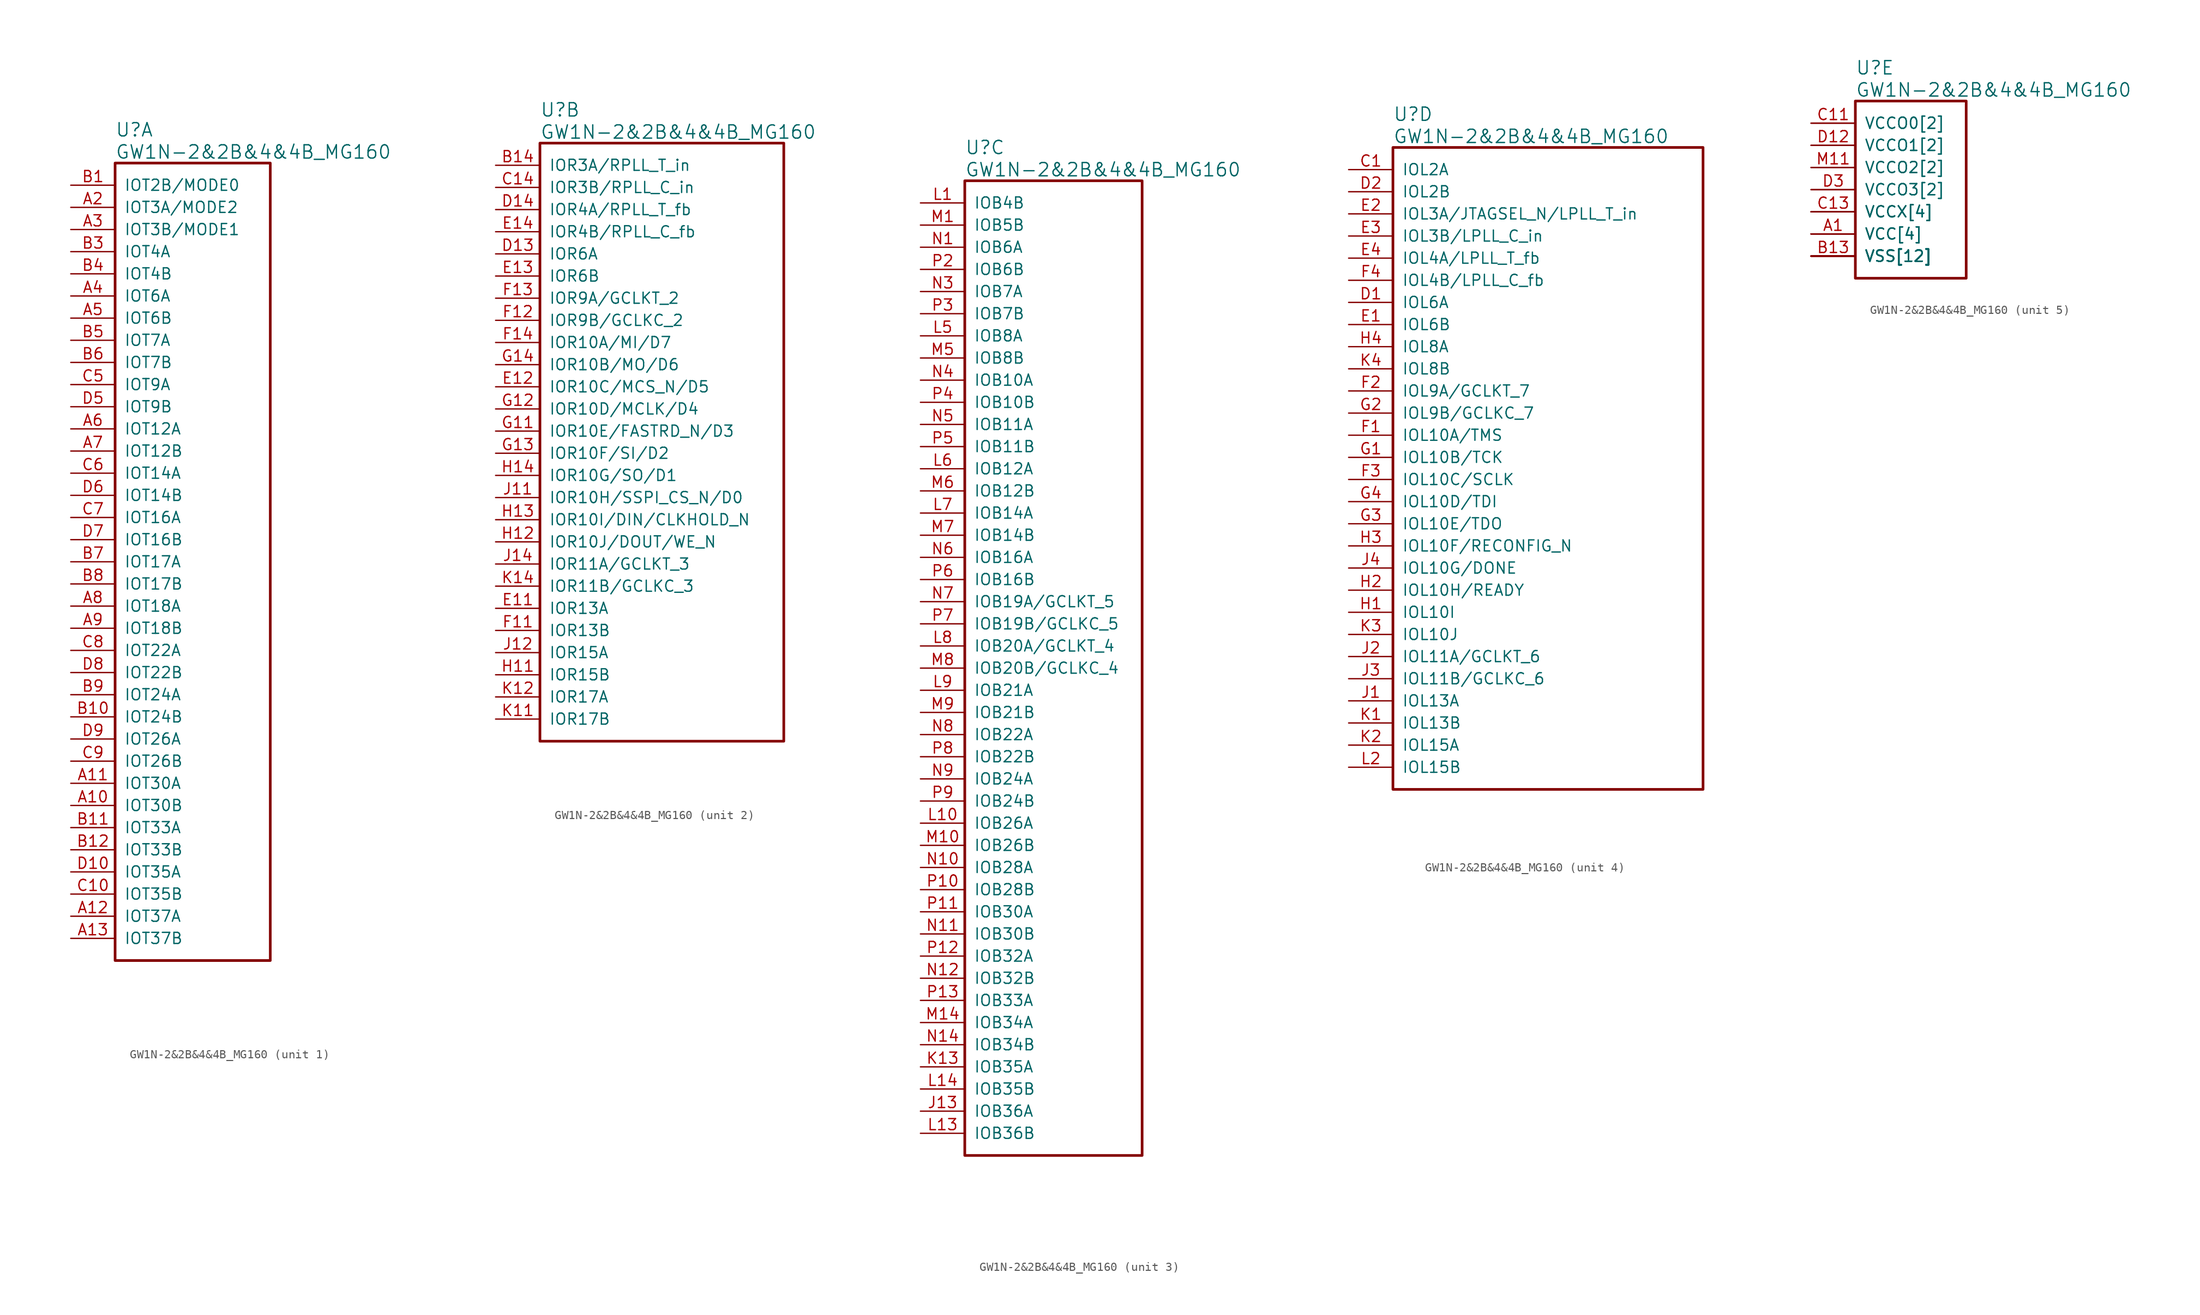
<source format=kicad_sym>
(kicad_symbol_lib
  (version 20211014)
  (generator kicad_symbol_editor)
  (symbol "GW1N-2&2B&4&4B_MG160"
    (pin_names
      (offset 1.016))
    (property "Reference" "U"
      (at 5.08 6.35 0)
      (effects (font (size 1.524 1.524)) (justify left)))
    (property "Value" "GW1N-2&2B&4&4B_MG160"
      (at 5.08 3.81 0)
      (effects (font (size 1.524 1.524)) (justify left)))
    (property "ki_locked" ""
      (at 0 0 0)
      (effects (font (size 1.27 1.27))))
    (symbol "GW1N-2&2B&4&4B_MG160_1_1"
      (rectangle (start 5.08 2.54) (end 22.86 -88.9) (stroke (width 0.305) (type default) (color 0 0 0 0)) (fill (type none)))
      (pin bidirectional line (at 0 -71.12 0) (length 5.08) (name "IOT30B" (effects (font (size 1.27 1.27)))) (number "A10" (effects (font (size 1.27 1.27)))))
      (pin bidirectional line (at 0 -68.58 0) (length 5.08) (name "IOT30A" (effects (font (size 1.27 1.27)))) (number "A11" (effects (font (size 1.27 1.27)))))
      (pin bidirectional line (at 0 -83.82 0) (length 5.08) (name "IOT37A" (effects (font (size 1.27 1.27)))) (number "A12" (effects (font (size 1.27 1.27)))))
      (pin bidirectional line (at 0 -86.36 0) (length 5.08) (name "IOT37B" (effects (font (size 1.27 1.27)))) (number "A13" (effects (font (size 1.27 1.27)))))
      (pin bidirectional line (at 0 -2.54 0) (length 5.08) (name "IOT3A/MODE2" (effects (font (size 1.27 1.27)))) (number "A2" (effects (font (size 1.27 1.27)))))
      (pin bidirectional line (at 0 -5.08 0) (length 5.08) (name "IOT3B/MODE1" (effects (font (size 1.27 1.27)))) (number "A3" (effects (font (size 1.27 1.27)))))
      (pin bidirectional line (at 0 -12.7 0) (length 5.08) (name "IOT6A" (effects (font (size 1.27 1.27)))) (number "A4" (effects (font (size 1.27 1.27)))))
      (pin bidirectional line (at 0 -15.24 0) (length 5.08) (name "IOT6B" (effects (font (size 1.27 1.27)))) (number "A5" (effects (font (size 1.27 1.27)))))
      (pin bidirectional line (at 0 -27.94 0) (length 5.08) (name "IOT12A" (effects (font (size 1.27 1.27)))) (number "A6" (effects (font (size 1.27 1.27)))))
      (pin bidirectional line (at 0 -30.48 0) (length 5.08) (name "IOT12B" (effects (font (size 1.27 1.27)))) (number "A7" (effects (font (size 1.27 1.27)))))
      (pin bidirectional line (at 0 -48.26 0) (length 5.08) (name "IOT18A" (effects (font (size 1.27 1.27)))) (number "A8" (effects (font (size 1.27 1.27)))))
      (pin bidirectional line (at 0 -50.8 0) (length 5.08) (name "IOT18B" (effects (font (size 1.27 1.27)))) (number "A9" (effects (font (size 1.27 1.27)))))
      (pin bidirectional line (at 0 0 0) (length 5.08) (name "IOT2B/MODE0" (effects (font (size 1.27 1.27)))) (number "B1" (effects (font (size 1.27 1.27)))))
      (pin bidirectional line (at 0 -60.96 0) (length 5.08) (name "IOT24B" (effects (font (size 1.27 1.27)))) (number "B10" (effects (font (size 1.27 1.27)))))
      (pin bidirectional line (at 0 -73.66 0) (length 5.08) (name "IOT33A" (effects (font (size 1.27 1.27)))) (number "B11" (effects (font (size 1.27 1.27)))))
      (pin bidirectional line (at 0 -76.2 0) (length 5.08) (name "IOT33B" (effects (font (size 1.27 1.27)))) (number "B12" (effects (font (size 1.27 1.27)))))
      (pin bidirectional line (at 0 -7.62 0) (length 5.08) (name "IOT4A" (effects (font (size 1.27 1.27)))) (number "B3" (effects (font (size 1.27 1.27)))))
      (pin bidirectional line (at 0 -10.16 0) (length 5.08) (name "IOT4B" (effects (font (size 1.27 1.27)))) (number "B4" (effects (font (size 1.27 1.27)))))
      (pin bidirectional line (at 0 -17.78 0) (length 5.08) (name "IOT7A" (effects (font (size 1.27 1.27)))) (number "B5" (effects (font (size 1.27 1.27)))))
      (pin bidirectional line (at 0 -20.32 0) (length 5.08) (name "IOT7B" (effects (font (size 1.27 1.27)))) (number "B6" (effects (font (size 1.27 1.27)))))
      (pin bidirectional line (at 0 -43.18 0) (length 5.08) (name "IOT17A" (effects (font (size 1.27 1.27)))) (number "B7" (effects (font (size 1.27 1.27)))))
      (pin bidirectional line (at 0 -45.72 0) (length 5.08) (name "IOT17B" (effects (font (size 1.27 1.27)))) (number "B8" (effects (font (size 1.27 1.27)))))
      (pin bidirectional line (at 0 -58.42 0) (length 5.08) (name "IOT24A" (effects (font (size 1.27 1.27)))) (number "B9" (effects (font (size 1.27 1.27)))))
      (pin bidirectional line (at 0 -81.28 0) (length 5.08) (name "IOT35B" (effects (font (size 1.27 1.27)))) (number "C10" (effects (font (size 1.27 1.27)))))
      (pin bidirectional line (at 0 -22.86 0) (length 5.08) (name "IOT9A" (effects (font (size 1.27 1.27)))) (number "C5" (effects (font (size 1.27 1.27)))))
      (pin bidirectional line (at 0 -33.02 0) (length 5.08) (name "IOT14A" (effects (font (size 1.27 1.27)))) (number "C6" (effects (font (size 1.27 1.27)))))
      (pin bidirectional line (at 0 -38.1 0) (length 5.08) (name "IOT16A" (effects (font (size 1.27 1.27)))) (number "C7" (effects (font (size 1.27 1.27)))))
      (pin bidirectional line (at 0 -53.34 0) (length 5.08) (name "IOT22A" (effects (font (size 1.27 1.27)))) (number "C8" (effects (font (size 1.27 1.27)))))
      (pin bidirectional line (at 0 -66.04 0) (length 5.08) (name "IOT26B" (effects (font (size 1.27 1.27)))) (number "C9" (effects (font (size 1.27 1.27)))))
      (pin bidirectional line (at 0 -78.74 0) (length 5.08) (name "IOT35A" (effects (font (size 1.27 1.27)))) (number "D10" (effects (font (size 1.27 1.27)))))
      (pin bidirectional line (at 0 -25.4 0) (length 5.08) (name "IOT9B" (effects (font (size 1.27 1.27)))) (number "D5" (effects (font (size 1.27 1.27)))))
      (pin bidirectional line (at 0 -35.56 0) (length 5.08) (name "IOT14B" (effects (font (size 1.27 1.27)))) (number "D6" (effects (font (size 1.27 1.27)))))
      (pin bidirectional line (at 0 -40.64 0) (length 5.08) (name "IOT16B" (effects (font (size 1.27 1.27)))) (number "D7" (effects (font (size 1.27 1.27)))))
      (pin bidirectional line (at 0 -55.88 0) (length 5.08) (name "IOT22B" (effects (font (size 1.27 1.27)))) (number "D8" (effects (font (size 1.27 1.27)))))
      (pin bidirectional line (at 0 -63.5 0) (length 5.08) (name "IOT26A" (effects (font (size 1.27 1.27)))) (number "D9" (effects (font (size 1.27 1.27))))))
    (symbol "GW1N-2&2B&4&4B_MG160_2_1"
      (rectangle (start 5.08 2.54) (end 33.02 -66.04) (stroke (width 0.305) (type default) (color 0 0 0 0)) (fill (type none)))
      (pin bidirectional line (at 0 0 0) (length 5.08) (name "IOR3A/RPLL_T_in" (effects (font (size 1.27 1.27)))) (number "B14" (effects (font (size 1.27 1.27)))))
      (pin bidirectional line (at 0 -2.54 0) (length 5.08) (name "IOR3B/RPLL_C_in" (effects (font (size 1.27 1.27)))) (number "C14" (effects (font (size 1.27 1.27)))))
      (pin bidirectional line (at 0 -10.16 0) (length 5.08) (name "IOR6A" (effects (font (size 1.27 1.27)))) (number "D13" (effects (font (size 1.27 1.27)))))
      (pin bidirectional line (at 0 -5.08 0) (length 5.08) (name "IOR4A/RPLL_T_fb" (effects (font (size 1.27 1.27)))) (number "D14" (effects (font (size 1.27 1.27)))))
      (pin bidirectional line (at 0 -50.8 0) (length 5.08) (name "IOR13A" (effects (font (size 1.27 1.27)))) (number "E11" (effects (font (size 1.27 1.27)))))
      (pin bidirectional line (at 0 -25.4 0) (length 5.08) (name "IOR10C/MCS_N/D5" (effects (font (size 1.27 1.27)))) (number "E12" (effects (font (size 1.27 1.27)))))
      (pin bidirectional line (at 0 -12.7 0) (length 5.08) (name "IOR6B" (effects (font (size 1.27 1.27)))) (number "E13" (effects (font (size 1.27 1.27)))))
      (pin bidirectional line (at 0 -7.62 0) (length 5.08) (name "IOR4B/RPLL_C_fb" (effects (font (size 1.27 1.27)))) (number "E14" (effects (font (size 1.27 1.27)))))
      (pin bidirectional line (at 0 -53.34 0) (length 5.08) (name "IOR13B" (effects (font (size 1.27 1.27)))) (number "F11" (effects (font (size 1.27 1.27)))))
      (pin bidirectional line (at 0 -17.78 0) (length 5.08) (name "IOR9B/GCLKC_2" (effects (font (size 1.27 1.27)))) (number "F12" (effects (font (size 1.27 1.27)))))
      (pin bidirectional line (at 0 -15.24 0) (length 5.08) (name "IOR9A/GCLKT_2" (effects (font (size 1.27 1.27)))) (number "F13" (effects (font (size 1.27 1.27)))))
      (pin bidirectional line (at 0 -20.32 0) (length 5.08) (name "IOR10A/MI/D7" (effects (font (size 1.27 1.27)))) (number "F14" (effects (font (size 1.27 1.27)))))
      (pin bidirectional line (at 0 -30.48 0) (length 5.08) (name "IOR10E/FASTRD_N/D3" (effects (font (size 1.27 1.27)))) (number "G11" (effects (font (size 1.27 1.27)))))
      (pin bidirectional line (at 0 -27.94 0) (length 5.08) (name "IOR10D/MCLK/D4" (effects (font (size 1.27 1.27)))) (number "G12" (effects (font (size 1.27 1.27)))))
      (pin bidirectional line (at 0 -33.02 0) (length 5.08) (name "IOR10F/SI/D2" (effects (font (size 1.27 1.27)))) (number "G13" (effects (font (size 1.27 1.27)))))
      (pin bidirectional line (at 0 -22.86 0) (length 5.08) (name "IOR10B/MO/D6" (effects (font (size 1.27 1.27)))) (number "G14" (effects (font (size 1.27 1.27)))))
      (pin bidirectional line (at 0 -58.42 0) (length 5.08) (name "IOR15B" (effects (font (size 1.27 1.27)))) (number "H11" (effects (font (size 1.27 1.27)))))
      (pin bidirectional line (at 0 -43.18 0) (length 5.08) (name "IOR10J/DOUT/WE_N" (effects (font (size 1.27 1.27)))) (number "H12" (effects (font (size 1.27 1.27)))))
      (pin bidirectional line (at 0 -40.64 0) (length 5.08) (name "IOR10I/DIN/CLKHOLD_N" (effects (font (size 1.27 1.27)))) (number "H13" (effects (font (size 1.27 1.27)))))
      (pin bidirectional line (at 0 -35.56 0) (length 5.08) (name "IOR10G/SO/D1" (effects (font (size 1.27 1.27)))) (number "H14" (effects (font (size 1.27 1.27)))))
      (pin bidirectional line (at 0 -38.1 0) (length 5.08) (name "IOR10H/SSPI_CS_N/D0" (effects (font (size 1.27 1.27)))) (number "J11" (effects (font (size 1.27 1.27)))))
      (pin bidirectional line (at 0 -55.88 0) (length 5.08) (name "IOR15A" (effects (font (size 1.27 1.27)))) (number "J12" (effects (font (size 1.27 1.27)))))
      (pin bidirectional line (at 0 -45.72 0) (length 5.08) (name "IOR11A/GCLKT_3" (effects (font (size 1.27 1.27)))) (number "J14" (effects (font (size 1.27 1.27)))))
      (pin bidirectional line (at 0 -63.5 0) (length 5.08) (name "IOR17B" (effects (font (size 1.27 1.27)))) (number "K11" (effects (font (size 1.27 1.27)))))
      (pin bidirectional line (at 0 -60.96 0) (length 5.08) (name "IOR17A" (effects (font (size 1.27 1.27)))) (number "K12" (effects (font (size 1.27 1.27)))))
      (pin bidirectional line (at 0 -48.26 0) (length 5.08) (name "IOR11B/GCLKC_3" (effects (font (size 1.27 1.27)))) (number "K14" (effects (font (size 1.27 1.27))))))
    (symbol "GW1N-2&2B&4&4B_MG160_3_1"
      (rectangle (start 5.08 2.54) (end 25.4 -109.22) (stroke (width 0.305) (type default) (color 0 0 0 0)) (fill (type none)))
      (pin bidirectional line (at 0 -104.14 0) (length 5.08) (name "IOB36A" (effects (font (size 1.27 1.27)))) (number "J13" (effects (font (size 1.27 1.27)))))
      (pin bidirectional line (at 0 -99.06 0) (length 5.08) (name "IOB35A" (effects (font (size 1.27 1.27)))) (number "K13" (effects (font (size 1.27 1.27)))))
      (pin bidirectional line (at 0 0 0) (length 5.08) (name "IOB4B" (effects (font (size 1.27 1.27)))) (number "L1" (effects (font (size 1.27 1.27)))))
      (pin bidirectional line (at 0 -71.12 0) (length 5.08) (name "IOB26A" (effects (font (size 1.27 1.27)))) (number "L10" (effects (font (size 1.27 1.27)))))
      (pin bidirectional line (at 0 -106.68 0) (length 5.08) (name "IOB36B" (effects (font (size 1.27 1.27)))) (number "L13" (effects (font (size 1.27 1.27)))))
      (pin bidirectional line (at 0 -101.6 0) (length 5.08) (name "IOB35B" (effects (font (size 1.27 1.27)))) (number "L14" (effects (font (size 1.27 1.27)))))
      (pin bidirectional line (at 0 -15.24 0) (length 5.08) (name "IOB8A" (effects (font (size 1.27 1.27)))) (number "L5" (effects (font (size 1.27 1.27)))))
      (pin bidirectional line (at 0 -30.48 0) (length 5.08) (name "IOB12A" (effects (font (size 1.27 1.27)))) (number "L6" (effects (font (size 1.27 1.27)))))
      (pin bidirectional line (at 0 -35.56 0) (length 5.08) (name "IOB14A" (effects (font (size 1.27 1.27)))) (number "L7" (effects (font (size 1.27 1.27)))))
      (pin bidirectional line (at 0 -50.8 0) (length 5.08) (name "IOB20A/GCLKT_4" (effects (font (size 1.27 1.27)))) (number "L8" (effects (font (size 1.27 1.27)))))
      (pin bidirectional line (at 0 -55.88 0) (length 5.08) (name "IOB21A" (effects (font (size 1.27 1.27)))) (number "L9" (effects (font (size 1.27 1.27)))))
      (pin bidirectional line (at 0 -2.54 0) (length 5.08) (name "IOB5B" (effects (font (size 1.27 1.27)))) (number "M1" (effects (font (size 1.27 1.27)))))
      (pin bidirectional line (at 0 -73.66 0) (length 5.08) (name "IOB26B" (effects (font (size 1.27 1.27)))) (number "M10" (effects (font (size 1.27 1.27)))))
      (pin bidirectional line (at 0 -93.98 0) (length 5.08) (name "IOB34A" (effects (font (size 1.27 1.27)))) (number "M14" (effects (font (size 1.27 1.27)))))
      (pin bidirectional line (at 0 -17.78 0) (length 5.08) (name "IOB8B" (effects (font (size 1.27 1.27)))) (number "M5" (effects (font (size 1.27 1.27)))))
      (pin bidirectional line (at 0 -33.02 0) (length 5.08) (name "IOB12B" (effects (font (size 1.27 1.27)))) (number "M6" (effects (font (size 1.27 1.27)))))
      (pin bidirectional line (at 0 -38.1 0) (length 5.08) (name "IOB14B" (effects (font (size 1.27 1.27)))) (number "M7" (effects (font (size 1.27 1.27)))))
      (pin bidirectional line (at 0 -53.34 0) (length 5.08) (name "IOB20B/GCLKC_4" (effects (font (size 1.27 1.27)))) (number "M8" (effects (font (size 1.27 1.27)))))
      (pin bidirectional line (at 0 -58.42 0) (length 5.08) (name "IOB21B" (effects (font (size 1.27 1.27)))) (number "M9" (effects (font (size 1.27 1.27)))))
      (pin bidirectional line (at 0 -5.08 0) (length 5.08) (name "IOB6A" (effects (font (size 1.27 1.27)))) (number "N1" (effects (font (size 1.27 1.27)))))
      (pin bidirectional line (at 0 -76.2 0) (length 5.08) (name "IOB28A" (effects (font (size 1.27 1.27)))) (number "N10" (effects (font (size 1.27 1.27)))))
      (pin bidirectional line (at 0 -83.82 0) (length 5.08) (name "IOB30B" (effects (font (size 1.27 1.27)))) (number "N11" (effects (font (size 1.27 1.27)))))
      (pin bidirectional line (at 0 -88.9 0) (length 5.08) (name "IOB32B" (effects (font (size 1.27 1.27)))) (number "N12" (effects (font (size 1.27 1.27)))))
      (pin bidirectional line (at 0 -96.52 0) (length 5.08) (name "IOB34B" (effects (font (size 1.27 1.27)))) (number "N14" (effects (font (size 1.27 1.27)))))
      (pin bidirectional line (at 0 -10.16 0) (length 5.08) (name "IOB7A" (effects (font (size 1.27 1.27)))) (number "N3" (effects (font (size 1.27 1.27)))))
      (pin bidirectional line (at 0 -20.32 0) (length 5.08) (name "IOB10A" (effects (font (size 1.27 1.27)))) (number "N4" (effects (font (size 1.27 1.27)))))
      (pin bidirectional line (at 0 -25.4 0) (length 5.08) (name "IOB11A" (effects (font (size 1.27 1.27)))) (number "N5" (effects (font (size 1.27 1.27)))))
      (pin bidirectional line (at 0 -40.64 0) (length 5.08) (name "IOB16A" (effects (font (size 1.27 1.27)))) (number "N6" (effects (font (size 1.27 1.27)))))
      (pin bidirectional line (at 0 -45.72 0) (length 5.08) (name "IOB19A/GCLKT_5" (effects (font (size 1.27 1.27)))) (number "N7" (effects (font (size 1.27 1.27)))))
      (pin bidirectional line (at 0 -60.96 0) (length 5.08) (name "IOB22A" (effects (font (size 1.27 1.27)))) (number "N8" (effects (font (size 1.27 1.27)))))
      (pin bidirectional line (at 0 -66.04 0) (length 5.08) (name "IOB24A" (effects (font (size 1.27 1.27)))) (number "N9" (effects (font (size 1.27 1.27)))))
      (pin bidirectional line (at 0 -78.74 0) (length 5.08) (name "IOB28B" (effects (font (size 1.27 1.27)))) (number "P10" (effects (font (size 1.27 1.27)))))
      (pin bidirectional line (at 0 -81.28 0) (length 5.08) (name "IOB30A" (effects (font (size 1.27 1.27)))) (number "P11" (effects (font (size 1.27 1.27)))))
      (pin bidirectional line (at 0 -86.36 0) (length 5.08) (name "IOB32A" (effects (font (size 1.27 1.27)))) (number "P12" (effects (font (size 1.27 1.27)))))
      (pin bidirectional line (at 0 -91.44 0) (length 5.08) (name "IOB33A" (effects (font (size 1.27 1.27)))) (number "P13" (effects (font (size 1.27 1.27)))))
      (pin bidirectional line (at 0 -7.62 0) (length 5.08) (name "IOB6B" (effects (font (size 1.27 1.27)))) (number "P2" (effects (font (size 1.27 1.27)))))
      (pin bidirectional line (at 0 -12.7 0) (length 5.08) (name "IOB7B" (effects (font (size 1.27 1.27)))) (number "P3" (effects (font (size 1.27 1.27)))))
      (pin bidirectional line (at 0 -22.86 0) (length 5.08) (name "IOB10B" (effects (font (size 1.27 1.27)))) (number "P4" (effects (font (size 1.27 1.27)))))
      (pin bidirectional line (at 0 -27.94 0) (length 5.08) (name "IOB11B" (effects (font (size 1.27 1.27)))) (number "P5" (effects (font (size 1.27 1.27)))))
      (pin bidirectional line (at 0 -43.18 0) (length 5.08) (name "IOB16B" (effects (font (size 1.27 1.27)))) (number "P6" (effects (font (size 1.27 1.27)))))
      (pin bidirectional line (at 0 -48.26 0) (length 5.08) (name "IOB19B/GCLKC_5" (effects (font (size 1.27 1.27)))) (number "P7" (effects (font (size 1.27 1.27)))))
      (pin bidirectional line (at 0 -63.5 0) (length 5.08) (name "IOB22B" (effects (font (size 1.27 1.27)))) (number "P8" (effects (font (size 1.27 1.27)))))
      (pin bidirectional line (at 0 -68.58 0) (length 5.08) (name "IOB24B" (effects (font (size 1.27 1.27)))) (number "P9" (effects (font (size 1.27 1.27))))))
    (symbol "GW1N-2&2B&4&4B_MG160_4_1"
      (rectangle (start 5.08 2.54) (end 40.64 -71.12) (stroke (width 0.305) (type default) (color 0 0 0 0)) (fill (type none)))
      (pin bidirectional line (at 0 0 0) (length 5.08) (name "IOL2A" (effects (font (size 1.27 1.27)))) (number "C1" (effects (font (size 1.27 1.27)))))
      (pin bidirectional line (at 0 -15.24 0) (length 5.08) (name "IOL6A" (effects (font (size 1.27 1.27)))) (number "D1" (effects (font (size 1.27 1.27)))))
      (pin bidirectional line (at 0 -2.54 0) (length 5.08) (name "IOL2B" (effects (font (size 1.27 1.27)))) (number "D2" (effects (font (size 1.27 1.27)))))
      (pin bidirectional line (at 0 -17.78 0) (length 5.08) (name "IOL6B" (effects (font (size 1.27 1.27)))) (number "E1" (effects (font (size 1.27 1.27)))))
      (pin bidirectional line (at 0 -5.08 0) (length 5.08) (name "IOL3A/JTAGSEL_N/LPLL_T_in" (effects (font (size 1.27 1.27)))) (number "E2" (effects (font (size 1.27 1.27)))))
      (pin bidirectional line (at 0 -7.62 0) (length 5.08) (name "IOL3B/LPLL_C_in" (effects (font (size 1.27 1.27)))) (number "E3" (effects (font (size 1.27 1.27)))))
      (pin bidirectional line (at 0 -10.16 0) (length 5.08) (name "IOL4A/LPLL_T_fb" (effects (font (size 1.27 1.27)))) (number "E4" (effects (font (size 1.27 1.27)))))
      (pin bidirectional line (at 0 -30.48 0) (length 5.08) (name "IOL10A/TMS" (effects (font (size 1.27 1.27)))) (number "F1" (effects (font (size 1.27 1.27)))))
      (pin bidirectional line (at 0 -25.4 0) (length 5.08) (name "IOL9A/GCLKT_7" (effects (font (size 1.27 1.27)))) (number "F2" (effects (font (size 1.27 1.27)))))
      (pin bidirectional line (at 0 -35.56 0) (length 5.08) (name "IOL10C/SCLK" (effects (font (size 1.27 1.27)))) (number "F3" (effects (font (size 1.27 1.27)))))
      (pin bidirectional line (at 0 -12.7 0) (length 5.08) (name "IOL4B/LPLL_C_fb" (effects (font (size 1.27 1.27)))) (number "F4" (effects (font (size 1.27 1.27)))))
      (pin bidirectional line (at 0 -33.02 0) (length 5.08) (name "IOL10B/TCK" (effects (font (size 1.27 1.27)))) (number "G1" (effects (font (size 1.27 1.27)))))
      (pin bidirectional line (at 0 -27.94 0) (length 5.08) (name "IOL9B/GCLKC_7" (effects (font (size 1.27 1.27)))) (number "G2" (effects (font (size 1.27 1.27)))))
      (pin bidirectional line (at 0 -40.64 0) (length 5.08) (name "IOL10E/TDO" (effects (font (size 1.27 1.27)))) (number "G3" (effects (font (size 1.27 1.27)))))
      (pin bidirectional line (at 0 -38.1 0) (length 5.08) (name "IOL10D/TDI" (effects (font (size 1.27 1.27)))) (number "G4" (effects (font (size 1.27 1.27)))))
      (pin bidirectional line (at 0 -50.8 0) (length 5.08) (name "IOL10I" (effects (font (size 1.27 1.27)))) (number "H1" (effects (font (size 1.27 1.27)))))
      (pin bidirectional line (at 0 -48.26 0) (length 5.08) (name "IOL10H/READY" (effects (font (size 1.27 1.27)))) (number "H2" (effects (font (size 1.27 1.27)))))
      (pin bidirectional line (at 0 -43.18 0) (length 5.08) (name "IOL10F/RECONFIG_N" (effects (font (size 1.27 1.27)))) (number "H3" (effects (font (size 1.27 1.27)))))
      (pin bidirectional line (at 0 -20.32 0) (length 5.08) (name "IOL8A" (effects (font (size 1.27 1.27)))) (number "H4" (effects (font (size 1.27 1.27)))))
      (pin bidirectional line (at 0 -60.96 0) (length 5.08) (name "IOL13A" (effects (font (size 1.27 1.27)))) (number "J1" (effects (font (size 1.27 1.27)))))
      (pin bidirectional line (at 0 -55.88 0) (length 5.08) (name "IOL11A/GCLKT_6" (effects (font (size 1.27 1.27)))) (number "J2" (effects (font (size 1.27 1.27)))))
      (pin bidirectional line (at 0 -58.42 0) (length 5.08) (name "IOL11B/GCLKC_6" (effects (font (size 1.27 1.27)))) (number "J3" (effects (font (size 1.27 1.27)))))
      (pin bidirectional line (at 0 -45.72 0) (length 5.08) (name "IOL10G/DONE" (effects (font (size 1.27 1.27)))) (number "J4" (effects (font (size 1.27 1.27)))))
      (pin bidirectional line (at 0 -63.5 0) (length 5.08) (name "IOL13B" (effects (font (size 1.27 1.27)))) (number "K1" (effects (font (size 1.27 1.27)))))
      (pin bidirectional line (at 0 -66.04 0) (length 5.08) (name "IOL15A" (effects (font (size 1.27 1.27)))) (number "K2" (effects (font (size 1.27 1.27)))))
      (pin bidirectional line (at 0 -53.34 0) (length 5.08) (name "IOL10J" (effects (font (size 1.27 1.27)))) (number "K3" (effects (font (size 1.27 1.27)))))
      (pin bidirectional line (at 0 -22.86 0) (length 5.08) (name "IOL8B" (effects (font (size 1.27 1.27)))) (number "K4" (effects (font (size 1.27 1.27)))))
      (pin bidirectional line (at 0 -68.58 0) (length 5.08) (name "IOL15B" (effects (font (size 1.27 1.27)))) (number "L2" (effects (font (size 1.27 1.27))))))
    (symbol "GW1N-2&2B&4&4B_MG160_5_1"
      (rectangle (start 5.08 2.54) (end 17.78 -17.78) (stroke (width 0.305) (type default) (color 0 0 0 0)) (fill (type none)))
      (pin power_in line (at 0 -12.7 0) (length 5.08) (name "VCC[4]" (effects (font (size 1.27 1.27)))) (number "A1" (effects (font (size 1.27 1.27)))))
      (pin power_in line (at 0 -12.7 0) (length 5.08) (name "VCC[4]" (effects (font (size 1.27 1.27)))) (number "A14" (effects (font (size 0 0)))))
      (pin power_in line (at 0 -15.24 0) (length 5.08) (name "VSS[12]" (effects (font (size 1.27 1.27)))) (number "B13" (effects (font (size 1.27 1.27)))))
      (pin power_in line (at 0 -15.24 0) (length 5.08) (name "VSS[12]" (effects (font (size 1.27 1.27)))) (number "B2" (effects (font (size 0 0)))))
      (pin power_in line (at 0 0 0) (length 5.08) (name "VCCO0[2]" (effects (font (size 1.27 1.27)))) (number "C11" (effects (font (size 1.27 1.27)))))
      (pin power_in line (at 0 -15.24 0) (length 5.08) (name "VSS[12]" (effects (font (size 1.27 1.27)))) (number "C12" (effects (font (size 0 0)))))
      (pin power_in line (at 0 -10.16 0) (length 5.08) (name "VCCX[4]" (effects (font (size 1.27 1.27)))) (number "C13" (effects (font (size 1.27 1.27)))))
      (pin power_in line (at 0 -10.16 0) (length 5.08) (name "VCCX[4]" (effects (font (size 1.27 1.27)))) (number "C2" (effects (font (size 0 0)))))
      (pin power_in line (at 0 -15.24 0) (length 5.08) (name "VSS[12]" (effects (font (size 1.27 1.27)))) (number "C3" (effects (font (size 0 0)))))
      (pin power_in line (at 0 0 0) (length 5.08) (name "VCCO0[2]" (effects (font (size 1.27 1.27)))) (number "C4" (effects (font (size 0 0)))))
      (pin power_in line (at 0 -15.24 0) (length 5.08) (name "VSS[12]" (effects (font (size 1.27 1.27)))) (number "D11" (effects (font (size 0 0)))))
      (pin power_in line (at 0 -2.54 0) (length 5.08) (name "VCCO1[2]" (effects (font (size 1.27 1.27)))) (number "D12" (effects (font (size 1.27 1.27)))))
      (pin power_in line (at 0 -7.62 0) (length 5.08) (name "VCCO3[2]" (effects (font (size 1.27 1.27)))) (number "D3" (effects (font (size 1.27 1.27)))))
      (pin power_in line (at 0 -15.24 0) (length 5.08) (name "VSS[12]" (effects (font (size 1.27 1.27)))) (number "D4" (effects (font (size 0 0)))))
      (pin power_in line (at 0 -15.24 0) (length 5.08) (name "VSS[12]" (effects (font (size 1.27 1.27)))) (number "L11" (effects (font (size 0 0)))))
      (pin power_in line (at 0 -2.54 0) (length 5.08) (name "VCCO1[2]" (effects (font (size 1.27 1.27)))) (number "L12" (effects (font (size 0 0)))))
      (pin power_in line (at 0 -7.62 0) (length 5.08) (name "VCCO3[2]" (effects (font (size 1.27 1.27)))) (number "L3" (effects (font (size 0 0)))))
      (pin power_in line (at 0 -15.24 0) (length 5.08) (name "VSS[12]" (effects (font (size 1.27 1.27)))) (number "L4" (effects (font (size 0 0)))))
      (pin power_in line (at 0 -5.08 0) (length 5.08) (name "VCCO2[2]" (effects (font (size 1.27 1.27)))) (number "M11" (effects (font (size 1.27 1.27)))))
      (pin power_in line (at 0 -15.24 0) (length 5.08) (name "VSS[12]" (effects (font (size 1.27 1.27)))) (number "M12" (effects (font (size 0 0)))))
      (pin power_in line (at 0 -10.16 0) (length 5.08) (name "VCCX[4]" (effects (font (size 1.27 1.27)))) (number "M13" (effects (font (size 0 0)))))
      (pin power_in line (at 0 -10.16 0) (length 5.08) (name "VCCX[4]" (effects (font (size 1.27 1.27)))) (number "M2" (effects (font (size 0 0)))))
      (pin power_in line (at 0 -15.24 0) (length 5.08) (name "VSS[12]" (effects (font (size 1.27 1.27)))) (number "M3" (effects (font (size 0 0)))))
      (pin power_in line (at 0 -5.08 0) (length 5.08) (name "VCCO2[2]" (effects (font (size 1.27 1.27)))) (number "M4" (effects (font (size 0 0)))))
      (pin power_in line (at 0 -15.24 0) (length 5.08) (name "VSS[12]" (effects (font (size 1.27 1.27)))) (number "N13" (effects (font (size 0 0)))))
      (pin power_in line (at 0 -15.24 0) (length 5.08) (name "VSS[12]" (effects (font (size 1.27 1.27)))) (number "N2" (effects (font (size 0 0)))))
      (pin power_in line (at 0 -12.7 0) (length 5.08) (name "VCC[4]" (effects (font (size 1.27 1.27)))) (number "P1" (effects (font (size 0 0)))))
      (pin power_in line (at 0 -12.7 0) (length 5.08) (name "VCC[4]" (effects (font (size 1.27 1.27)))) (number "P14" (effects (font (size 0 0))))))))
</source>
